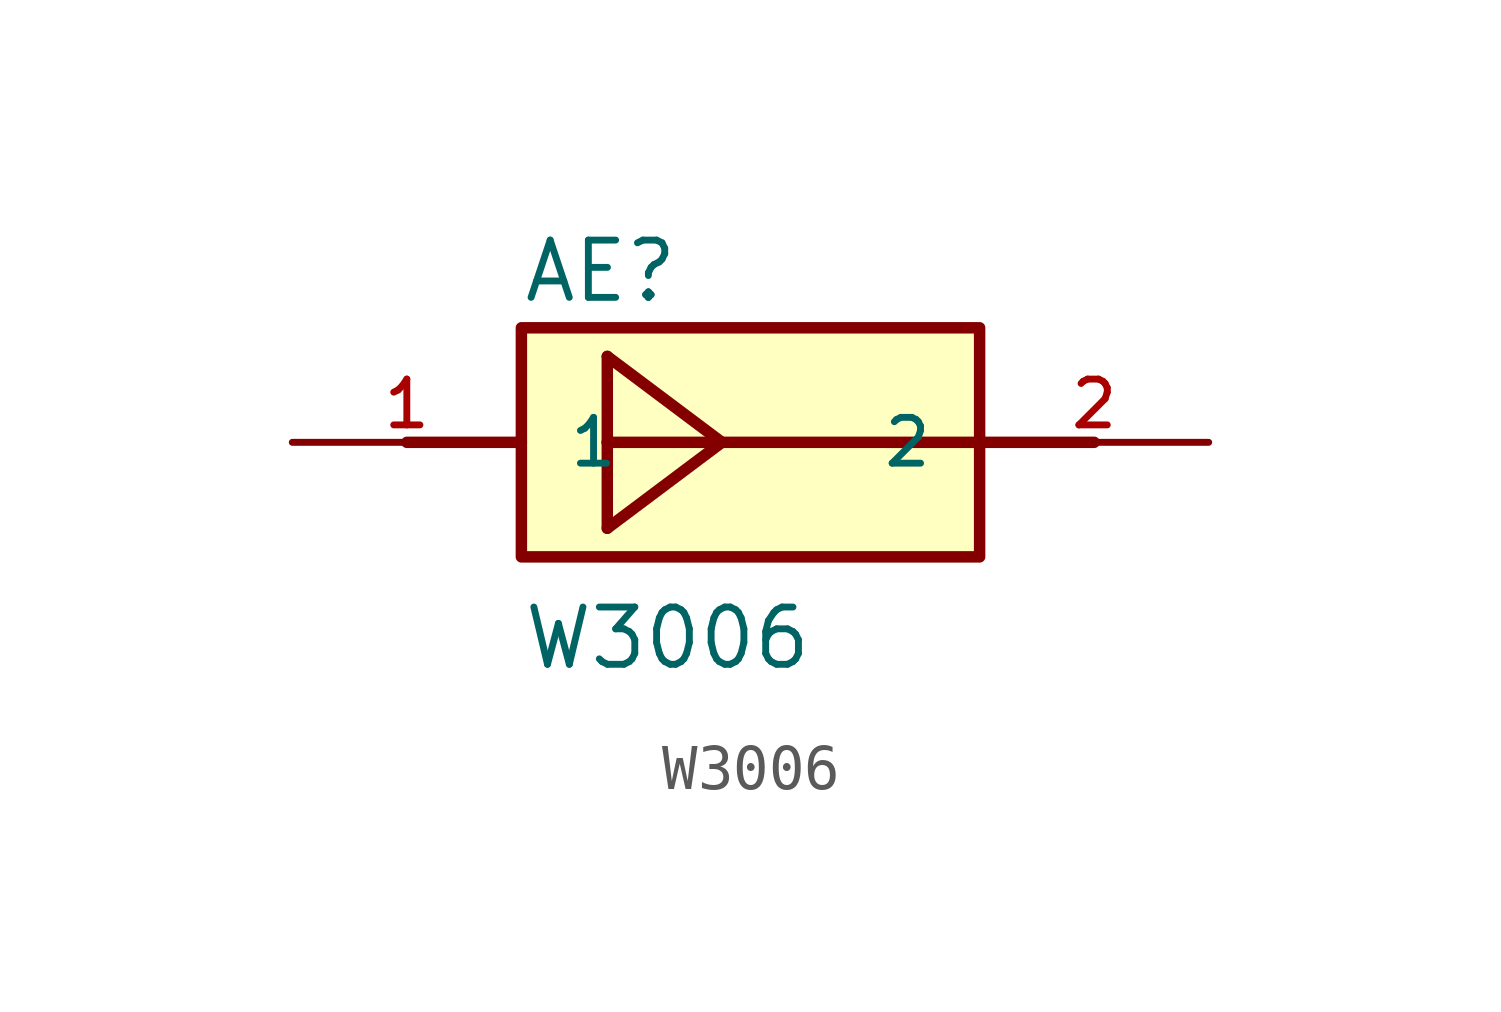
<source format=kicad_sym>
(kicad_symbol_lib
  (version 20211014)
  (generator kicad_symbol_editor)
  (symbol "W3006"
    (pin_names
      (offset 1.016))
    (property "Reference" "AE"
      (at -5.086 3.051 0)
      (effects (font (size 1.27 1.27)) (justify bottom left)))
    (property "Value" "W3006"
      (at -5.085 -5.085 0)
      (effects (font (size 1.27 1.27)) (justify bottom left)))
    (symbol "W3006_0_0"
      (polyline (pts (xy 5.08 0.0) (xy 7.62 0.0)) (stroke (width 0.254)))
      (polyline (pts (xy -5.08 0.0) (xy -7.62 0.0)) (stroke (width 0.254)))
      (polyline (pts (xy -3.175 1.905) (xy -3.175 0.0)) (stroke (width 0.254)))
      (polyline (pts (xy -3.175 0.0) (xy -3.175 -1.905)) (stroke (width 0.254)))
      (polyline (pts (xy -3.175 -1.905) (xy -0.635 0.0)) (stroke (width 0.254)))
      (polyline (pts (xy -0.635 0.0) (xy -3.175 1.905)) (stroke (width 0.254)))
      (polyline (pts (xy -3.175 0.0) (xy 5.08 0.0)) (stroke (width 0.254)))
      (rectangle (start -5.08 -2.54) (end 5.08 2.54) (stroke (width 0.254)) (fill (type background)))
      (pin passive line (at -10.16 0.0 0) (length 5.08) (name "1" (effects (font (size 1.016 1.016)))) (number "1" (effects (font (size 1.016 1.016)))))
      (pin passive line (at 10.16 0.0 180.0) (length 5.08) (name "2" (effects (font (size 1.016 1.016)))) (number "2" (effects (font (size 1.016 1.016))))))))
</source>
